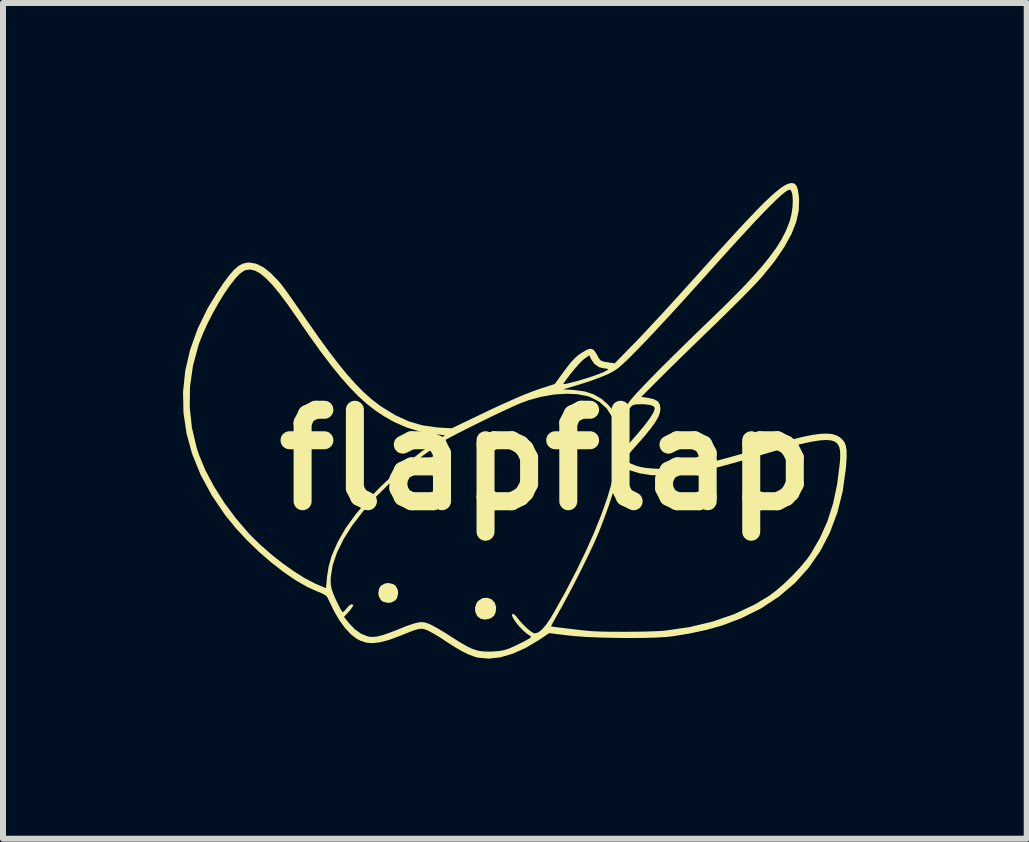
<source format=kicad_pcb>
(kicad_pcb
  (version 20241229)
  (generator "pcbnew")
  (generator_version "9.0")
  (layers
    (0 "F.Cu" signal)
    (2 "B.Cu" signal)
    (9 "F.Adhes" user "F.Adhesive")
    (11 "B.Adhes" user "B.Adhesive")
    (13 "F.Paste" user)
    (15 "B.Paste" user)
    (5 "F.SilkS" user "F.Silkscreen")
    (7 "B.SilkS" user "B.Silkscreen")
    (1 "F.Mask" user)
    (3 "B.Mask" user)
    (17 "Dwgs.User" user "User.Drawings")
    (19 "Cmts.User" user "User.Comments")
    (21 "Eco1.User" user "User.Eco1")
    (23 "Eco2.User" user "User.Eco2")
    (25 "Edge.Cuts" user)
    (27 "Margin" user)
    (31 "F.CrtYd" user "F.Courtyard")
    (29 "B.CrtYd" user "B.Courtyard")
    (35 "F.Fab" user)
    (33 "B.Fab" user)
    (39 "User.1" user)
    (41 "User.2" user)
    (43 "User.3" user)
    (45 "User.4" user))
  (footprint "flapflap"
    (layer "F.Cu")
    (at 6.056 4.612)
    (property "Reference" "flapflap" (at 0 0 0) (layer "F.SilkS") (effects (font (size 1.524 1.524) (thickness 0.3))))
    (attr board_only exclude_from_pos_files exclude_from_bom)
    (fp_poly (pts (xy -2.559 2.068) (xy -2.516 2.096) (xy -2.48 2.16) (xy -2.472 2.218) (xy -2.487 2.296) (xy -2.516 2.339) (xy -2.579 2.375) (xy -2.637 2.383) (xy -2.716 2.367) (xy -2.758 2.339) (xy -2.794 2.276) (xy -2.803 2.218) (xy -2.787 2.139) (xy -2.758 2.096) (xy -2.695 2.061) (xy -2.637 2.052)) (stroke (width 0) (type solid)) (fill yes) (layer "F.SilkS"))
    (fp_poly (pts (xy -0.921 2.321) (xy -0.867 2.373) (xy -0.84 2.448) (xy -0.839 2.471) (xy -0.849 2.543) (xy -0.876 2.6) (xy -0.877 2.601) (xy -0.938 2.644) (xy -1.017 2.661) (xy -1.094 2.65) (xy -1.096 2.649) (xy -1.155 2.603) (xy -1.187 2.534) (xy -1.19 2.455) (xy -1.162 2.38) (xy -1.137 2.349) (xy -1.067 2.305) (xy -0.992 2.297)) (stroke (width 0) (type solid)) (fill yes) (layer "F.SilkS"))
    (fp_poly (pts (xy 4.131 -4.603) (xy 4.163 -4.57) (xy 4.186 -4.509) (xy 4.201 -4.413) (xy 4.208 -4.336) (xy 4.203 -4.156) (xy 4.161 -3.965) (xy 4.081 -3.762) (xy 3.962 -3.546) (xy 3.805 -3.315) (xy 3.607 -3.069) (xy 3.585 -3.044) (xy 3.527 -2.98) (xy 3.442 -2.89) (xy 3.335 -2.78) (xy 3.21 -2.654) (xy 3.073 -2.518) (xy 2.929 -2.376) (xy 2.782 -2.232) (xy 2.777 -2.228) (xy 2.624 -2.08) (xy 2.469 -1.929) (xy 2.317 -1.781) (xy 2.174 -1.642) (xy 2.046 -1.516) (xy 1.939 -1.41) (xy 1.865 -1.336) (xy 1.578 -1.049) (xy 1.684 -1.034) (xy 1.788 -1.011) (xy 1.854 -0.976) (xy 1.888 -0.923) (xy 1.898 -0.853) (xy 1.889 -0.786) (xy 1.86 -0.71) (xy 1.808 -0.621) (xy 1.731 -0.515) (xy 1.626 -0.387) (xy 1.513 -0.258) (xy 1.424 -0.159) (xy 1.363 -0.086) (xy 1.331 -0.033) (xy 1.327 0.004) (xy 1.349 0.033) (xy 1.398 0.06) (xy 1.473 0.09) (xy 1.475 0.091) (xy 1.555 0.116) (xy 1.647 0.133) (xy 1.764 0.144) (xy 1.858 0.149) (xy 1.977 0.152) (xy 2.095 0.148) (xy 2.218 0.138) (xy 2.35 0.121) (xy 2.495 0.094) (xy 2.659 0.058) (xy 2.845 0.012) (xy 3.059 -0.045) (xy 3.306 -0.115) (xy 3.585 -0.197) (xy 3.848 -0.274) (xy 4.074 -0.335) (xy 4.265 -0.382) (xy 4.425 -0.415) (xy 4.558 -0.433) (xy 4.668 -0.438) (xy 4.757 -0.43) (xy 4.829 -0.409) (xy 4.888 -0.376) (xy 4.931 -0.337) (xy 4.965 -0.291) (xy 4.987 -0.235) (xy 4.999 -0.162) (xy 5.001 -0.063) (xy 4.994 0.068) (xy 4.988 0.14) (xy 4.935 0.524) (xy 4.845 0.882) (xy 4.72 1.215) (xy 4.56 1.522) (xy 4.365 1.802) (xy 4.137 2.054) (xy 3.874 2.277) (xy 3.58 2.472) (xy 3.252 2.636) (xy 2.935 2.757) (xy 2.678 2.83) (xy 2.382 2.894) (xy 2.107 2.939) (xy 1.994 2.951) (xy 1.845 2.96) (xy 1.669 2.966) (xy 1.473 2.968) (xy 1.267 2.968) (xy 1.057 2.965) (xy 0.854 2.959) (xy 0.664 2.951) (xy 0.496 2.939) (xy 0.37 2.927) (xy 0.045 2.887) (xy -0.122 2.999) (xy -0.346 3.133) (xy -0.563 3.23) (xy -0.769 3.29) (xy -0.963 3.312) (xy -1.14 3.296) (xy -1.203 3.279) (xy -1.301 3.242) (xy -1.409 3.189) (xy -1.535 3.115) (xy -1.686 3.018) (xy -1.778 2.957) (xy -1.869 2.902) (xy -1.945 2.86) (xy -1.978 2.843) (xy -2.023 2.825) (xy -2.063 2.815) (xy -2.106 2.815) (xy -2.16 2.826) (xy -2.234 2.85) (xy -2.333 2.889) (xy -2.443 2.933) (xy -2.62 2.999) (xy -2.769 3.039) (xy -2.895 3.054) (xy -3.006 3.045) (xy -3.107 3.011) (xy -3.171 2.976) (xy -3.264 2.903) (xy -3.361 2.797) (xy -3.454 2.669) (xy -3.536 2.528) (xy -3.551 2.498) (xy -3.593 2.412) (xy -3.628 2.339) (xy -3.653 2.289) (xy -3.659 2.276) (xy -3.688 2.253) (xy -3.744 2.223) (xy -3.807 2.198) (xy -3.985 2.119) (xy -4.178 2.008) (xy -4.382 1.868) (xy -4.591 1.706) (xy -4.798 1.526) (xy -4.997 1.333) (xy -5.183 1.132) (xy -5.349 0.927) (xy -5.355 0.92) (xy -5.581 0.586) (xy -5.764 0.248) (xy -5.903 -0.094) (xy -5.998 -0.438) (xy -6.049 -0.785) (xy -6.051 -0.877) (xy -5.945 -0.877) (xy -5.908 -0.534) (xy -5.828 -0.198) (xy -5.788 -0.078) (xy -5.681 0.179) (xy -5.539 0.445) (xy -5.37 0.713) (xy -5.177 0.973) (xy -4.968 1.216) (xy -4.943 1.244) (xy -4.776 1.408) (xy -4.593 1.569) (xy -4.401 1.721) (xy -4.208 1.858) (xy -4.023 1.974) (xy -3.854 2.062) (xy -3.801 2.085) (xy -3.674 2.137) (xy -3.663 2.012) (xy -3.597 2.012) (xy -3.593 2.085) (xy -3.578 2.158) (xy -3.548 2.242) (xy -3.506 2.338) (xy -3.465 2.423) (xy -3.43 2.489) (xy -3.405 2.53) (xy -3.396 2.538) (xy -3.372 2.522) (xy -3.337 2.482) (xy -3.329 2.472) (xy -3.287 2.427) (xy -3.249 2.406) (xy -3.226 2.412) (xy -3.222 2.427) (xy -3.236 2.455) (xy -3.271 2.502) (xy -3.298 2.533) (xy -3.374 2.617) (xy -3.296 2.715) (xy -3.195 2.822) (xy -3.084 2.9) (xy -2.973 2.943) (xy -2.959 2.946) (xy -2.895 2.951) (xy -2.822 2.943) (xy -2.732 2.921) (xy -2.619 2.882) (xy -2.473 2.826) (xy -2.472 2.825) (xy -2.334 2.77) (xy -2.229 2.733) (xy -2.148 2.711) (xy -2.084 2.703) (xy -2.028 2.709) (xy -1.972 2.727) (xy -1.937 2.742) (xy -1.87 2.776) (xy -1.779 2.828) (xy -1.677 2.89) (xy -1.588 2.947) (xy -1.448 3.036) (xy -1.335 3.102) (xy -1.24 3.148) (xy -1.155 3.176) (xy -1.07 3.191) (xy -0.978 3.195) (xy -0.916 3.194) (xy -0.802 3.187) (xy -0.714 3.172) (xy -0.633 3.147) (xy -0.574 3.122) (xy -0.484 3.08) (xy -0.394 3.035) (xy -0.334 3.004) (xy -0.279 2.971) (xy -0.258 2.951) (xy -0.267 2.936) (xy -0.279 2.929) (xy -0.337 2.889) (xy -0.4 2.833) (xy -0.462 2.767) (xy -0.516 2.699) (xy -0.556 2.638) (xy -0.575 2.592) (xy -0.57 2.568) (xy -0.539 2.573) (xy -0.5 2.614) (xy -0.498 2.617) (xy -0.442 2.687) (xy -0.376 2.757) (xy -0.309 2.82) (xy -0.249 2.867) (xy -0.205 2.89) (xy -0.198 2.891) (xy -0.141 2.877) (xy -0.08 2.832) (xy -0.03 2.774) (xy 0.075 2.774) (xy 0.075 2.774) (xy 0.098 2.779) (xy 0.155 2.787) (xy 0.238 2.797) (xy 0.337 2.809) (xy 0.444 2.822) (xy 0.55 2.834) (xy 0.645 2.844) (xy 0.721 2.851) (xy 0.75 2.854) (xy 0.853 2.859) (xy 0.987 2.863) (xy 1.142 2.864) (xy 1.31 2.865) (xy 1.48 2.863) (xy 1.642 2.861) (xy 1.787 2.856) (xy 1.905 2.851) (xy 1.967 2.846) (xy 2.379 2.787) (xy 2.766 2.695) (xy 3.127 2.571) (xy 3.459 2.415) (xy 3.707 2.267) (xy 3.828 2.176) (xy 3.961 2.06) (xy 4.097 1.929) (xy 4.224 1.793) (xy 4.334 1.662) (xy 4.402 1.567) (xy 4.556 1.301) (xy 4.68 1.023) (xy 4.775 0.725) (xy 4.843 0.402) (xy 4.887 0.049) (xy 4.889 0.027) (xy 4.894 -0.07) (xy 4.891 -0.152) (xy 4.876 -0.218) (xy 4.847 -0.269) (xy 4.801 -0.305) (xy 4.736 -0.325) (xy 4.649 -0.331) (xy 4.537 -0.322) (xy 4.397 -0.299) (xy 4.227 -0.261) (xy 4.023 -0.208) (xy 3.785 -0.142) (xy 3.507 -0.061) (xy 3.432 -0.038) (xy 3.145 0.045) (xy 2.895 0.113) (xy 2.675 0.166) (xy 2.48 0.207) (xy 2.306 0.236) (xy 2.147 0.255) (xy 1.997 0.263) (xy 1.931 0.264) (xy 1.735 0.254) (xy 1.556 0.225) (xy 1.404 0.179) (xy 1.33 0.144) (xy 1.272 0.113) (xy 1.234 0.096) (xy 1.224 0.093) (xy 1.218 0.116) (xy 1.204 0.172) (xy 1.187 0.249) (xy 1.181 0.276) (xy 1.145 0.416) (xy 1.095 0.586) (xy 1.033 0.774) (xy 0.963 0.968) (xy 0.89 1.158) (xy 0.849 1.258) (xy 0.789 1.393) (xy 0.713 1.556) (xy 0.624 1.739) (xy 0.528 1.931) (xy 0.429 2.124) (xy 0.332 2.306) (xy 0.243 2.469) (xy 0.204 2.538) (xy 0.154 2.627) (xy 0.112 2.702) (xy 0.085 2.753) (xy 0.075 2.774) (xy -0.03 2.774) (xy -0.012 2.754) (xy 0.066 2.639) (xy 0.126 2.538) (xy 0.318 2.194) (xy 0.493 1.856) (xy 0.652 1.528) (xy 0.793 1.212) (xy 0.913 0.914) (xy 1.011 0.637) (xy 1.086 0.385) (xy 1.137 0.16) (xy 1.158 0.011) (xy 1.167 -0.074) (xy 1.174 -0.124) (xy 1.241 -0.124) (xy 1.36 -0.255) (xy 1.431 -0.336) (xy 1.515 -0.433) (xy 1.595 -0.528) (xy 1.615 -0.552) (xy 1.678 -0.633) (xy 1.733 -0.711) (xy 1.772 -0.773) (xy 1.782 -0.793) (xy 1.801 -0.845) (xy 1.799 -0.874) (xy 1.775 -0.898) (xy 1.774 -0.898) (xy 1.729 -0.914) (xy 1.653 -0.924) (xy 1.586 -0.927) (xy 1.504 -0.925) (xy 1.453 -0.917) (xy 1.42 -0.899) (xy 1.393 -0.87) (xy 1.317 -0.739) (xy 1.268 -0.575) (xy 1.246 -0.376) (xy 1.245 -0.343) (xy 1.241 -0.124) (xy 1.174 -0.124) (xy 1.177 -0.152) (xy 1.183 -0.189) (xy 1.187 -0.271) (xy 1.177 -0.379) (xy 1.157 -0.498) (xy 1.129 -0.613) (xy 1.096 -0.708) (xy 1.091 -0.718) (xy 1.002 -0.857) (xy 0.88 -0.967) (xy 0.728 -1.046) (xy 0.678 -1.063) (xy 0.516 -1.094) (xy 0.328 -1.102) (xy 0.123 -1.088) (xy -0.089 -1.051) (xy -0.298 -0.994) (xy -0.415 -0.951) (xy -0.501 -0.915) (xy -0.613 -0.864) (xy -0.745 -0.803) (xy -0.892 -0.733) (xy -1.045 -0.659) (xy -1.198 -0.583) (xy -1.344 -0.51) (xy -1.478 -0.442) (xy -1.591 -0.383) (xy -1.677 -0.336) (xy -1.729 -0.305) (xy -2.047 -0.08) (xy -2.342 0.151) (xy -2.61 0.387) (xy -2.85 0.624) (xy -3.059 0.861) (xy -3.238 1.094) (xy -3.382 1.323) (xy -3.491 1.544) (xy -3.563 1.755) (xy -3.595 1.955) (xy -3.597 2.012) (xy -3.663 2.012) (xy -3.658 1.954) (xy -3.632 1.785) (xy -3.586 1.617) (xy -3.578 1.594) (xy -3.479 1.367) (xy -3.347 1.138) (xy -3.178 0.904) (xy -2.972 0.662) (xy -2.781 0.463) (xy -2.563 0.258) (xy -2.326 0.054) (xy -2.084 -0.137) (xy -1.851 -0.302) (xy -1.845 -0.306) (xy -1.693 -0.408) (xy -1.9 -0.435) (xy -2.12 -0.475) (xy -2.319 -0.535) (xy -2.517 -0.621) (xy -2.576 -0.651) (xy -2.722 -0.735) (xy -2.863 -0.83) (xy -3.003 -0.94) (xy -3.143 -1.067) (xy -3.287 -1.216) (xy -3.438 -1.388) (xy -3.598 -1.586) (xy -3.771 -1.815) (xy -3.958 -2.076) (xy -4.162 -2.372) (xy -4.314 -2.59) (xy -4.449 -2.771) (xy -4.569 -2.916) (xy -4.675 -3.026) (xy -4.769 -3.104) (xy -4.855 -3.152) (xy -4.933 -3.171) (xy -5.007 -3.163) (xy -5.042 -3.149) (xy -5.108 -3.102) (xy -5.187 -3.019) (xy -5.274 -2.907) (xy -5.367 -2.772) (xy -5.461 -2.62) (xy -5.553 -2.457) (xy -5.64 -2.288) (xy -5.717 -2.12) (xy -5.782 -1.958) (xy -5.8 -1.905) (xy -5.891 -1.566) (xy -5.94 -1.222) (xy -5.945 -0.877) (xy -6.051 -0.877) (xy -6.056 -1.134) (xy -6.02 -1.483) (xy -5.939 -1.832) (xy -5.815 -2.18) (xy -5.646 -2.527) (xy -5.477 -2.806) (xy -5.371 -2.962) (xy -5.281 -3.082) (xy -5.203 -3.17) (xy -5.132 -3.231) (xy -5.064 -3.268) (xy -4.994 -3.285) (xy -4.95 -3.288) (xy -4.837 -3.268) (xy -4.719 -3.21) (xy -4.595 -3.113) (xy -4.462 -2.975) (xy -4.411 -2.913) (xy -4.376 -2.867) (xy -4.321 -2.792) (xy -4.25 -2.692) (xy -4.168 -2.574) (xy -4.078 -2.445) (xy -4.005 -2.339) (xy -3.809 -2.059) (xy -3.631 -1.814) (xy -3.468 -1.601) (xy -3.318 -1.417) (xy -3.177 -1.26) (xy -3.042 -1.124) (xy -2.912 -1.008) (xy -2.782 -0.908) (xy -2.751 -0.887) (xy -2.523 -0.746) (xy -2.299 -0.643) (xy -2.071 -0.576) (xy -1.829 -0.541) (xy -1.787 -0.538) (xy -1.578 -0.526) (xy -1.181 -0.717) (xy -0.935 -0.835) (xy -0.723 -0.933) (xy -0.539 -1.015) (xy -0.38 -1.083) (xy -0.24 -1.138) (xy -0.133 -1.176) (xy 0.282 -1.176) (xy 0.456 -1.164) (xy 0.636 -1.14) (xy 0.786 -1.092) (xy 0.915 -1.017) (xy 1.019 -0.927) (xy 1.108 -0.823) (xy 1.163 -0.732) (xy 1.172 -0.707) (xy 1.199 -0.616) (xy 1.238 -0.716) (xy 1.271 -0.79) (xy 1.319 -0.877) (xy 1.358 -0.941) (xy 1.406 -1.003) (xy 1.485 -1.094) (xy 1.595 -1.212) (xy 1.734 -1.356) (xy 1.901 -1.526) (xy 2.096 -1.719) (xy 2.316 -1.936) (xy 2.562 -2.175) (xy 2.777 -2.382) (xy 3.025 -2.624) (xy 3.241 -2.841) (xy 3.426 -3.038) (xy 3.584 -3.216) (xy 3.716 -3.379) (xy 3.825 -3.529) (xy 3.914 -3.671) (xy 3.983 -3.805) (xy 4.037 -3.937) (xy 4.059 -4.002) (xy 4.083 -4.104) (xy 4.098 -4.21) (xy 4.103 -4.312) (xy 4.099 -4.399) (xy 4.085 -4.465) (xy 4.062 -4.499) (xy 4.051 -4.502) (xy 4.021 -4.492) (xy 3.976 -4.463) (xy 3.914 -4.412) (xy 3.834 -4.339) (xy 3.735 -4.242) (xy 3.615 -4.12) (xy 3.474 -3.972) (xy 3.311 -3.796) (xy 3.123 -3.591) (xy 2.91 -3.356) (xy 2.67 -3.089) (xy 2.502 -2.902) (xy 2.356 -2.74) (xy 2.202 -2.57) (xy 2.046 -2.4) (xy 1.896 -2.238) (xy 1.757 -2.089) (xy 1.636 -1.961) (xy 1.562 -1.885) (xy 1.443 -1.764) (xy 1.349 -1.67) (xy 1.274 -1.599) (xy 1.213 -1.545) (xy 1.16 -1.505) (xy 1.109 -1.473) (xy 1.056 -1.444) (xy 1.02 -1.427) (xy 0.929 -1.388) (xy 0.811 -1.343) (xy 0.681 -1.298) (xy 0.565 -1.261) (xy 0.282 -1.176) (xy -0.133 -1.176) (xy -0.114 -1.183) (xy -0.077 -1.195) (xy 0.137 -1.264) (xy 0.138 -1.265) (xy 0.28 -1.265) (xy 0.293 -1.262) (xy 0.341 -1.27) (xy 0.415 -1.288) (xy 0.506 -1.312) (xy 0.608 -1.342) (xy 0.711 -1.374) (xy 0.809 -1.407) (xy 0.887 -1.436) (xy 0.974 -1.473) (xy 1.019 -1.499) (xy 1.023 -1.515) (xy 0.985 -1.522) (xy 0.967 -1.523) (xy 0.877 -1.543) (xy 0.797 -1.598) (xy 0.742 -1.679) (xy 0.741 -1.68) (xy 0.715 -1.742) (xy 0.634 -1.687) (xy 0.59 -1.649) (xy 0.529 -1.585) (xy 0.46 -1.505) (xy 0.39 -1.419) (xy 0.328 -1.337) (xy 0.282 -1.269) (xy 0.28 -1.265) (xy 0.138 -1.265) (xy 0.259 -1.432) (xy 0.343 -1.545) (xy 0.41 -1.629) (xy 0.468 -1.691) (xy 0.523 -1.74) (xy 0.584 -1.783) (xy 0.595 -1.79) (xy 0.678 -1.838) (xy 0.739 -1.852) (xy 0.785 -1.833) (xy 0.826 -1.778) (xy 0.842 -1.749) (xy 0.874 -1.688) (xy 0.905 -1.655) (xy 0.95 -1.637) (xy 1.015 -1.626) (xy 1.136 -1.608) (xy 1.483 -1.963) (xy 1.57 -2.053) (xy 1.681 -2.172) (xy 1.812 -2.313) (xy 1.959 -2.471) (xy 2.115 -2.642) (xy 2.276 -2.819) (xy 2.438 -2.999) (xy 2.564 -3.139) (xy 2.802 -3.404) (xy 3.014 -3.637) (xy 3.2 -3.841) (xy 3.364 -4.016) (xy 3.506 -4.164) (xy 3.629 -4.288) (xy 3.735 -4.389) (xy 3.825 -4.468) (xy 3.901 -4.528) (xy 3.965 -4.571) (xy 4.019 -4.598) (xy 4.065 -4.61) (xy 4.087 -4.612)) (stroke (width 0) (type solid)) (fill yes) (layer "F.SilkS")))
  (gr_rect
    (start -3 -3)
    (end 14.057 10.925)
    (stroke (width 0.1) (type default))
    (fill no)
    (layer "Edge.Cuts")))
</source>
